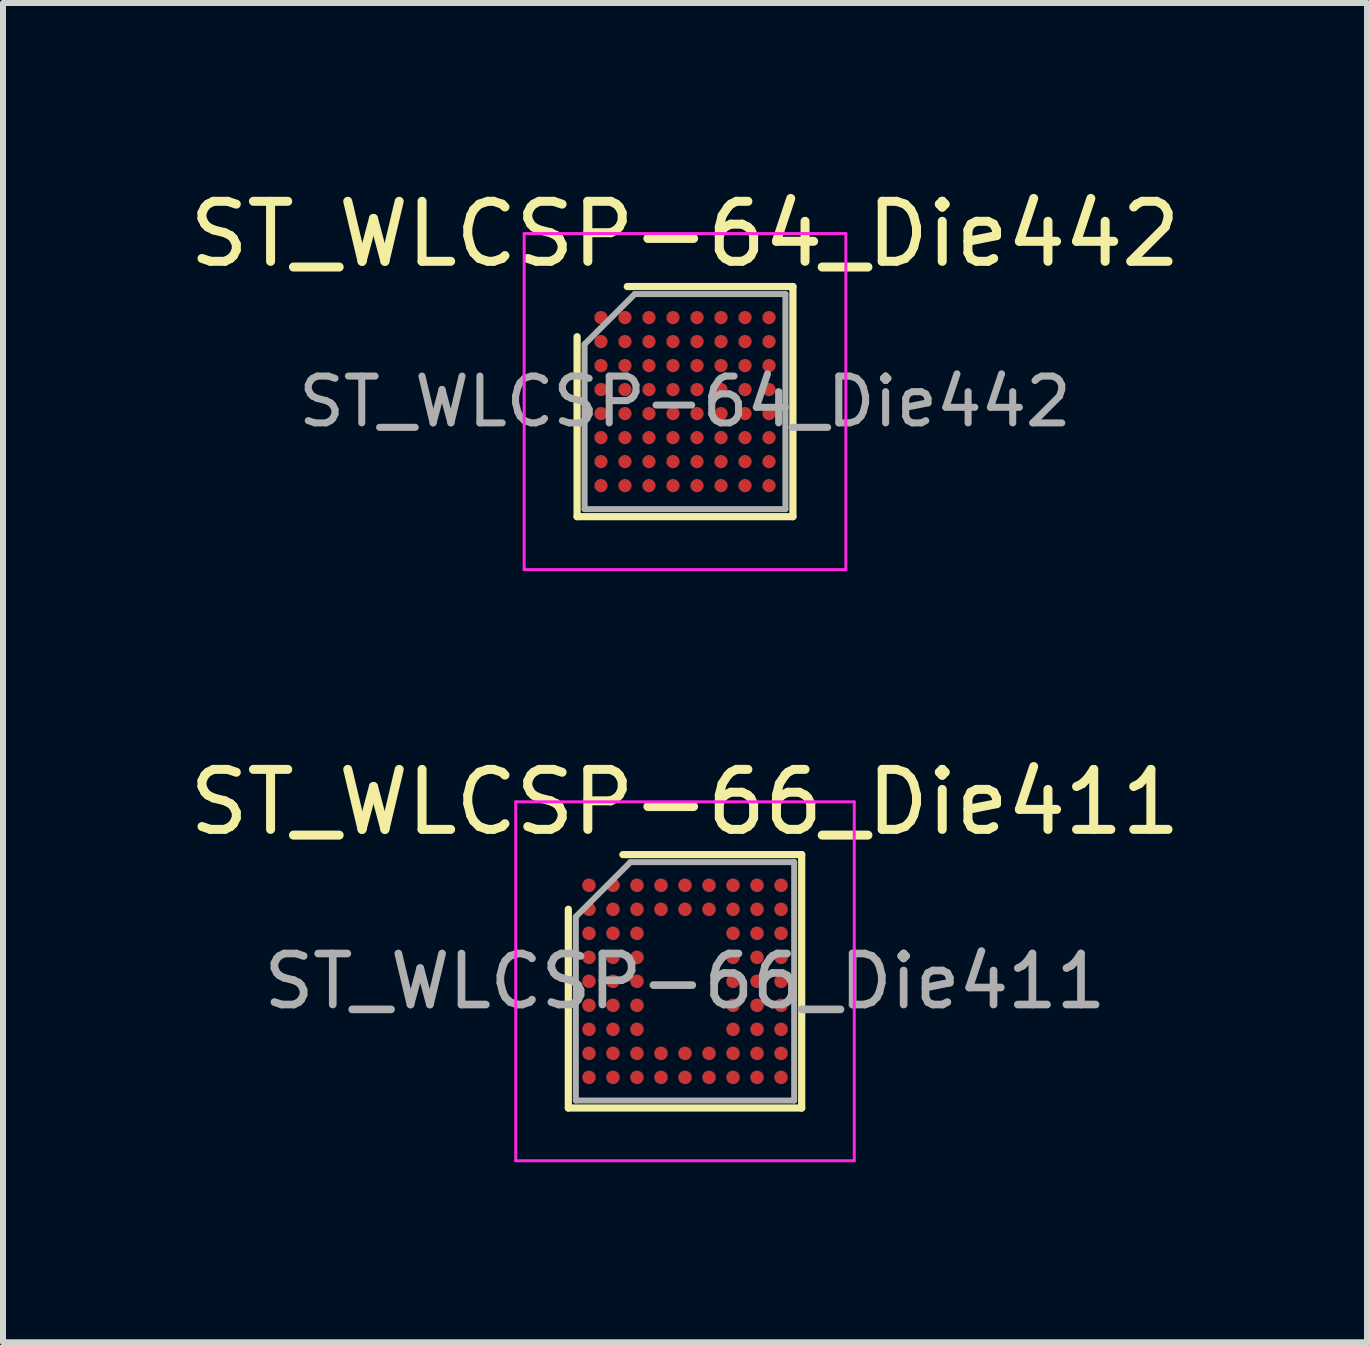
<source format=kicad_pcb>
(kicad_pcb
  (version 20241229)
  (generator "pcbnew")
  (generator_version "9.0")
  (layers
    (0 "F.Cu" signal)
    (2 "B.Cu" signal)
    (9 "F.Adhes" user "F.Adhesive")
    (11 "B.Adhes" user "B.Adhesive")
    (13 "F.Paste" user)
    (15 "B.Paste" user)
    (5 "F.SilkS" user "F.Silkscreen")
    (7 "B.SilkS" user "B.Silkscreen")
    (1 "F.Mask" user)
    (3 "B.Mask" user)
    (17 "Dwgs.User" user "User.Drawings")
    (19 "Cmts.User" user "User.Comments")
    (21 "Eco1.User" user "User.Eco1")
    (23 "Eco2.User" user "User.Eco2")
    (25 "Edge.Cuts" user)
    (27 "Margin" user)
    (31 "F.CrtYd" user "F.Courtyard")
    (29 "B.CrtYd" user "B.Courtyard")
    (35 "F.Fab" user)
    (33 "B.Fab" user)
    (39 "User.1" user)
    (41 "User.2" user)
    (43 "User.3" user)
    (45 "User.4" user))
  (footprint "ST_WLCSP-66_Die411"
    (layer "F.Cu")
    (at 8.363 13.3)
    (property "Reference" "ST_WLCSP-66_Die411" (at 0 -2.986 0) (layer "F.SilkS") (effects (font (size 1 1) (thickness 0.15))))
    (attr smd)
    (fp_line (start -1.944 2.111) (end -1.944 -1.201) (stroke (width 0.12) (type solid)) (layer "F.SilkS"))
    (fp_line (start -1.035 -2.111) (end 1.944 -2.111) (stroke (width 0.12) (type solid)) (layer "F.SilkS"))
    (fp_line (start 1.944 -2.111) (end 1.944 2.111) (stroke (width 0.12) (type solid)) (layer "F.SilkS"))
    (fp_line (start 1.944 2.111) (end -1.944 2.111) (stroke (width 0.12) (type solid)) (layer "F.SilkS"))
    (fp_line (start -2.82 -2.99) (end -2.82 2.99) (stroke (width 0.05) (type solid)) (layer "F.CrtYd"))
    (fp_line (start -2.82 2.99) (end 2.82 2.99) (stroke (width 0.05) (type solid)) (layer "F.CrtYd"))
    (fp_line (start 2.82 -2.99) (end -2.82 -2.99) (stroke (width 0.05) (type solid)) (layer "F.CrtYd"))
    (fp_line (start 2.82 2.99) (end 2.82 -2.99) (stroke (width 0.05) (type solid)) (layer "F.CrtYd"))
    (fp_line (start -1.819 -1.076) (end -0.91 -1.986) (stroke (width 0.1) (type solid)) (layer "F.Fab"))
    (fp_line (start -1.819 1.986) (end -1.819 -1.076) (stroke (width 0.1) (type solid)) (layer "F.Fab"))
    (fp_line (start -0.91 -1.986) (end 1.819 -1.986) (stroke (width 0.1) (type solid)) (layer "F.Fab"))
    (fp_line (start 1.819 -1.986) (end 1.819 1.986) (stroke (width 0.1) (type solid)) (layer "F.Fab"))
    (fp_line (start 1.819 1.986) (end -1.819 1.986) (stroke (width 0.1) (type solid)) (layer "F.Fab"))
    (fp_text user "${REFERENCE}" (at 0 0 0) (layer "F.Fab") (effects (font (size 0.85 0.85) (thickness 0.128))))
    (pad "A1" smd circle (at -1.6 -1.6) (size 0.225 0.225) (layers "F.Cu" "F.Mask" "F.Paste"))
    (pad "A2" smd circle (at -1.2 -1.6) (size 0.225 0.225) (layers "F.Cu" "F.Mask" "F.Paste"))
    (pad "A3" smd circle (at -0.8 -1.6) (size 0.225 0.225) (layers "F.Cu" "F.Mask" "F.Paste"))
    (pad "A4" smd circle (at -0.4 -1.6) (size 0.225 0.225) (layers "F.Cu" "F.Mask" "F.Paste"))
    (pad "A5" smd circle (at 0 -1.6) (size 0.225 0.225) (layers "F.Cu" "F.Mask" "F.Paste"))
    (pad "A6" smd circle (at 0.4 -1.6) (size 0.225 0.225) (layers "F.Cu" "F.Mask" "F.Paste"))
    (pad "A7" smd circle (at 0.8 -1.6) (size 0.225 0.225) (layers "F.Cu" "F.Mask" "F.Paste"))
    (pad "A8" smd circle (at 1.2 -1.6) (size 0.225 0.225) (layers "F.Cu" "F.Mask" "F.Paste"))
    (pad "A9" smd circle (at 1.6 -1.6) (size 0.225 0.225) (layers "F.Cu" "F.Mask" "F.Paste"))
    (pad "B1" smd circle (at -1.6 -1.2) (size 0.225 0.225) (layers "F.Cu" "F.Mask" "F.Paste"))
    (pad "B2" smd circle (at -1.2 -1.2) (size 0.225 0.225) (layers "F.Cu" "F.Mask" "F.Paste"))
    (pad "B3" smd circle (at -0.8 -1.2) (size 0.225 0.225) (layers "F.Cu" "F.Mask" "F.Paste"))
    (pad "B4" smd circle (at -0.4 -1.2) (size 0.225 0.225) (layers "F.Cu" "F.Mask" "F.Paste"))
    (pad "B5" smd circle (at 0 -1.2) (size 0.225 0.225) (layers "F.Cu" "F.Mask" "F.Paste"))
    (pad "B6" smd circle (at 0.4 -1.2) (size 0.225 0.225) (layers "F.Cu" "F.Mask" "F.Paste"))
    (pad "B7" smd circle (at 0.8 -1.2) (size 0.225 0.225) (layers "F.Cu" "F.Mask" "F.Paste"))
    (pad "B8" smd circle (at 1.2 -1.2) (size 0.225 0.225) (layers "F.Cu" "F.Mask" "F.Paste"))
    (pad "B9" smd circle (at 1.6 -1.2) (size 0.225 0.225) (layers "F.Cu" "F.Mask" "F.Paste"))
    (pad "C1" smd circle (at -1.6 -0.8) (size 0.225 0.225) (layers "F.Cu" "F.Mask" "F.Paste"))
    (pad "C2" smd circle (at -1.2 -0.8) (size 0.225 0.225) (layers "F.Cu" "F.Mask" "F.Paste"))
    (pad "C3" smd circle (at -0.8 -0.8) (size 0.225 0.225) (layers "F.Cu" "F.Mask" "F.Paste"))
    (pad "C7" smd circle (at 0.8 -0.8) (size 0.225 0.225) (layers "F.Cu" "F.Mask" "F.Paste"))
    (pad "C8" smd circle (at 1.2 -0.8) (size 0.225 0.225) (layers "F.Cu" "F.Mask" "F.Paste"))
    (pad "C9" smd circle (at 1.6 -0.8) (size 0.225 0.225) (layers "F.Cu" "F.Mask" "F.Paste"))
    (pad "D1" smd circle (at -1.6 -0.4) (size 0.225 0.225) (layers "F.Cu" "F.Mask" "F.Paste"))
    (pad "D2" smd circle (at -1.2 -0.4) (size 0.225 0.225) (layers "F.Cu" "F.Mask" "F.Paste"))
    (pad "D3" smd circle (at -0.8 -0.4) (size 0.225 0.225) (layers "F.Cu" "F.Mask" "F.Paste"))
    (pad "D7" smd circle (at 0.8 -0.4) (size 0.225 0.225) (layers "F.Cu" "F.Mask" "F.Paste"))
    (pad "D8" smd circle (at 1.2 -0.4) (size 0.225 0.225) (layers "F.Cu" "F.Mask" "F.Paste"))
    (pad "D9" smd circle (at 1.6 -0.4) (size 0.225 0.225) (layers "F.Cu" "F.Mask" "F.Paste"))
    (pad "E1" smd circle (at -1.6 0) (size 0.225 0.225) (layers "F.Cu" "F.Mask" "F.Paste"))
    (pad "E2" smd circle (at -1.2 0) (size 0.225 0.225) (layers "F.Cu" "F.Mask" "F.Paste"))
    (pad "E3" smd circle (at -0.8 0) (size 0.225 0.225) (layers "F.Cu" "F.Mask" "F.Paste"))
    (pad "E7" smd circle (at 0.8 0) (size 0.225 0.225) (layers "F.Cu" "F.Mask" "F.Paste"))
    (pad "E8" smd circle (at 1.2 0) (size 0.225 0.225) (layers "F.Cu" "F.Mask" "F.Paste"))
    (pad "E9" smd circle (at 1.6 0) (size 0.225 0.225) (layers "F.Cu" "F.Mask" "F.Paste"))
    (pad "F1" smd circle (at -1.6 0.4) (size 0.225 0.225) (layers "F.Cu" "F.Mask" "F.Paste"))
    (pad "F2" smd circle (at -1.2 0.4) (size 0.225 0.225) (layers "F.Cu" "F.Mask" "F.Paste"))
    (pad "F3" smd circle (at -0.8 0.4) (size 0.225 0.225) (layers "F.Cu" "F.Mask" "F.Paste"))
    (pad "F7" smd circle (at 0.8 0.4) (size 0.225 0.225) (layers "F.Cu" "F.Mask" "F.Paste"))
    (pad "F8" smd circle (at 1.2 0.4) (size 0.225 0.225) (layers "F.Cu" "F.Mask" "F.Paste"))
    (pad "F9" smd circle (at 1.6 0.4) (size 0.225 0.225) (layers "F.Cu" "F.Mask" "F.Paste"))
    (pad "G1" smd circle (at -1.6 0.8) (size 0.225 0.225) (layers "F.Cu" "F.Mask" "F.Paste"))
    (pad "G2" smd circle (at -1.2 0.8) (size 0.225 0.225) (layers "F.Cu" "F.Mask" "F.Paste"))
    (pad "G3" smd circle (at -0.8 0.8) (size 0.225 0.225) (layers "F.Cu" "F.Mask" "F.Paste"))
    (pad "G7" smd circle (at 0.8 0.8) (size 0.225 0.225) (layers "F.Cu" "F.Mask" "F.Paste"))
    (pad "G8" smd circle (at 1.2 0.8) (size 0.225 0.225) (layers "F.Cu" "F.Mask" "F.Paste"))
    (pad "G9" smd circle (at 1.6 0.8) (size 0.225 0.225) (layers "F.Cu" "F.Mask" "F.Paste"))
    (pad "H1" smd circle (at -1.6 1.2) (size 0.225 0.225) (layers "F.Cu" "F.Mask" "F.Paste"))
    (pad "H2" smd circle (at -1.2 1.2) (size 0.225 0.225) (layers "F.Cu" "F.Mask" "F.Paste"))
    (pad "H3" smd circle (at -0.8 1.2) (size 0.225 0.225) (layers "F.Cu" "F.Mask" "F.Paste"))
    (pad "H4" smd circle (at -0.4 1.2) (size 0.225 0.225) (layers "F.Cu" "F.Mask" "F.Paste"))
    (pad "H5" smd circle (at 0 1.2) (size 0.225 0.225) (layers "F.Cu" "F.Mask" "F.Paste"))
    (pad "H6" smd circle (at 0.4 1.2) (size 0.225 0.225) (layers "F.Cu" "F.Mask" "F.Paste"))
    (pad "H7" smd circle (at 0.8 1.2) (size 0.225 0.225) (layers "F.Cu" "F.Mask" "F.Paste"))
    (pad "H8" smd circle (at 1.2 1.2) (size 0.225 0.225) (layers "F.Cu" "F.Mask" "F.Paste"))
    (pad "H9" smd circle (at 1.6 1.2) (size 0.225 0.225) (layers "F.Cu" "F.Mask" "F.Paste"))
    (pad "J1" smd circle (at -1.6 1.6) (size 0.225 0.225) (layers "F.Cu" "F.Mask" "F.Paste"))
    (pad "J2" smd circle (at -1.2 1.6) (size 0.225 0.225) (layers "F.Cu" "F.Mask" "F.Paste"))
    (pad "J3" smd circle (at -0.8 1.6) (size 0.225 0.225) (layers "F.Cu" "F.Mask" "F.Paste"))
    (pad "J4" smd circle (at -0.4 1.6) (size 0.225 0.225) (layers "F.Cu" "F.Mask" "F.Paste"))
    (pad "J5" smd circle (at 0 1.6) (size 0.225 0.225) (layers "F.Cu" "F.Mask" "F.Paste"))
    (pad "J6" smd circle (at 0.4 1.6) (size 0.225 0.225) (layers "F.Cu" "F.Mask" "F.Paste"))
    (pad "J7" smd circle (at 0.8 1.6) (size 0.225 0.225) (layers "F.Cu" "F.Mask" "F.Paste"))
    (pad "J8" smd circle (at 1.2 1.6) (size 0.225 0.225) (layers "F.Cu" "F.Mask" "F.Paste"))
    (pad "J9" smd circle (at 1.6 1.6) (size 0.225 0.225) (layers "F.Cu" "F.Mask" "F.Paste")))
  (footprint "ST_WLCSP-64_Die442"
    (layer "F.Cu")
    (at 8.363 3.641)
    (property "Reference" "ST_WLCSP-64_Die442" (at 0 -2.792 0) (layer "F.SilkS") (effects (font (size 1 1) (thickness 0.15))))
    (attr smd)
    (fp_line (start -1.798 1.917) (end -1.798 -1.081) (stroke (width 0.12) (type solid)) (layer "F.SilkS"))
    (fp_line (start -0.962 -1.917) (end 1.798 -1.917) (stroke (width 0.12) (type solid)) (layer "F.SilkS"))
    (fp_line (start 1.798 -1.917) (end 1.798 1.917) (stroke (width 0.12) (type solid)) (layer "F.SilkS"))
    (fp_line (start 1.798 1.917) (end -1.798 1.917) (stroke (width 0.12) (type solid)) (layer "F.SilkS"))
    (fp_line (start -2.68 -2.8) (end -2.68 2.8) (stroke (width 0.05) (type solid)) (layer "F.CrtYd"))
    (fp_line (start -2.68 2.8) (end 2.68 2.8) (stroke (width 0.05) (type solid)) (layer "F.CrtYd"))
    (fp_line (start 2.68 -2.8) (end -2.68 -2.8) (stroke (width 0.05) (type solid)) (layer "F.CrtYd"))
    (fp_line (start 2.68 2.8) (end 2.68 -2.8) (stroke (width 0.05) (type solid)) (layer "F.CrtYd"))
    (fp_line (start -1.673 -0.956) (end -0.837 -1.792) (stroke (width 0.1) (type solid)) (layer "F.Fab"))
    (fp_line (start -1.673 1.792) (end -1.673 -0.956) (stroke (width 0.1) (type solid)) (layer "F.Fab"))
    (fp_line (start -0.837 -1.792) (end 1.673 -1.792) (stroke (width 0.1) (type solid)) (layer "F.Fab"))
    (fp_line (start 1.673 -1.792) (end 1.673 1.792) (stroke (width 0.1) (type solid)) (layer "F.Fab"))
    (fp_line (start 1.673 1.792) (end -1.673 1.792) (stroke (width 0.1) (type solid)) (layer "F.Fab"))
    (fp_text user "${REFERENCE}" (at 0 0 0) (layer "F.Fab") (effects (font (size 0.78 0.78) (thickness 0.117))))
    (pad "A1" smd circle (at -1.4 -1.4) (size 0.22 0.22) (layers "F.Cu" "F.Mask" "F.Paste"))
    (pad "A2" smd circle (at -1 -1.4) (size 0.22 0.22) (layers "F.Cu" "F.Mask" "F.Paste"))
    (pad "A3" smd circle (at -0.6 -1.4) (size 0.22 0.22) (layers "F.Cu" "F.Mask" "F.Paste"))
    (pad "A4" smd circle (at -0.2 -1.4) (size 0.22 0.22) (layers "F.Cu" "F.Mask" "F.Paste"))
    (pad "A5" smd circle (at 0.2 -1.4) (size 0.22 0.22) (layers "F.Cu" "F.Mask" "F.Paste"))
    (pad "A6" smd circle (at 0.6 -1.4) (size 0.22 0.22) (layers "F.Cu" "F.Mask" "F.Paste"))
    (pad "A7" smd circle (at 1 -1.4) (size 0.22 0.22) (layers "F.Cu" "F.Mask" "F.Paste"))
    (pad "A8" smd circle (at 1.4 -1.4) (size 0.22 0.22) (layers "F.Cu" "F.Mask" "F.Paste"))
    (pad "B1" smd circle (at -1.4 -1) (size 0.22 0.22) (layers "F.Cu" "F.Mask" "F.Paste"))
    (pad "B2" smd circle (at -1 -1) (size 0.22 0.22) (layers "F.Cu" "F.Mask" "F.Paste"))
    (pad "B3" smd circle (at -0.6 -1) (size 0.22 0.22) (layers "F.Cu" "F.Mask" "F.Paste"))
    (pad "B4" smd circle (at -0.2 -1) (size 0.22 0.22) (layers "F.Cu" "F.Mask" "F.Paste"))
    (pad "B5" smd circle (at 0.2 -1) (size 0.22 0.22) (layers "F.Cu" "F.Mask" "F.Paste"))
    (pad "B6" smd circle (at 0.6 -1) (size 0.22 0.22) (layers "F.Cu" "F.Mask" "F.Paste"))
    (pad "B7" smd circle (at 1 -1) (size 0.22 0.22) (layers "F.Cu" "F.Mask" "F.Paste"))
    (pad "B8" smd circle (at 1.4 -1) (size 0.22 0.22) (layers "F.Cu" "F.Mask" "F.Paste"))
    (pad "C1" smd circle (at -1.4 -0.6) (size 0.22 0.22) (layers "F.Cu" "F.Mask" "F.Paste"))
    (pad "C2" smd circle (at -1 -0.6) (size 0.22 0.22) (layers "F.Cu" "F.Mask" "F.Paste"))
    (pad "C3" smd circle (at -0.6 -0.6) (size 0.22 0.22) (layers "F.Cu" "F.Mask" "F.Paste"))
    (pad "C4" smd circle (at -0.2 -0.6) (size 0.22 0.22) (layers "F.Cu" "F.Mask" "F.Paste"))
    (pad "C5" smd circle (at 0.2 -0.6) (size 0.22 0.22) (layers "F.Cu" "F.Mask" "F.Paste"))
    (pad "C6" smd circle (at 0.6 -0.6) (size 0.22 0.22) (layers "F.Cu" "F.Mask" "F.Paste"))
    (pad "C7" smd circle (at 1 -0.6) (size 0.22 0.22) (layers "F.Cu" "F.Mask" "F.Paste"))
    (pad "C8" smd circle (at 1.4 -0.6) (size 0.22 0.22) (layers "F.Cu" "F.Mask" "F.Paste"))
    (pad "D1" smd circle (at -1.4 -0.2) (size 0.22 0.22) (layers "F.Cu" "F.Mask" "F.Paste"))
    (pad "D2" smd circle (at -1 -0.2) (size 0.22 0.22) (layers "F.Cu" "F.Mask" "F.Paste"))
    (pad "D3" smd circle (at -0.6 -0.2) (size 0.22 0.22) (layers "F.Cu" "F.Mask" "F.Paste"))
    (pad "D4" smd circle (at -0.2 -0.2) (size 0.22 0.22) (layers "F.Cu" "F.Mask" "F.Paste"))
    (pad "D5" smd circle (at 0.2 -0.2) (size 0.22 0.22) (layers "F.Cu" "F.Mask" "F.Paste"))
    (pad "D6" smd circle (at 0.6 -0.2) (size 0.22 0.22) (layers "F.Cu" "F.Mask" "F.Paste"))
    (pad "D7" smd circle (at 1 -0.2) (size 0.22 0.22) (layers "F.Cu" "F.Mask" "F.Paste"))
    (pad "D8" smd circle (at 1.4 -0.2) (size 0.22 0.22) (layers "F.Cu" "F.Mask" "F.Paste"))
    (pad "E1" smd circle (at -1.4 0.2) (size 0.22 0.22) (layers "F.Cu" "F.Mask" "F.Paste"))
    (pad "E2" smd circle (at -1 0.2) (size 0.22 0.22) (layers "F.Cu" "F.Mask" "F.Paste"))
    (pad "E3" smd circle (at -0.6 0.2) (size 0.22 0.22) (layers "F.Cu" "F.Mask" "F.Paste"))
    (pad "E4" smd circle (at -0.2 0.2) (size 0.22 0.22) (layers "F.Cu" "F.Mask" "F.Paste"))
    (pad "E5" smd circle (at 0.2 0.2) (size 0.22 0.22) (layers "F.Cu" "F.Mask" "F.Paste"))
    (pad "E6" smd circle (at 0.6 0.2) (size 0.22 0.22) (layers "F.Cu" "F.Mask" "F.Paste"))
    (pad "E7" smd circle (at 1 0.2) (size 0.22 0.22) (layers "F.Cu" "F.Mask" "F.Paste"))
    (pad "E8" smd circle (at 1.4 0.2) (size 0.22 0.22) (layers "F.Cu" "F.Mask" "F.Paste"))
    (pad "F1" smd circle (at -1.4 0.6) (size 0.22 0.22) (layers "F.Cu" "F.Mask" "F.Paste"))
    (pad "F2" smd circle (at -1 0.6) (size 0.22 0.22) (layers "F.Cu" "F.Mask" "F.Paste"))
    (pad "F3" smd circle (at -0.6 0.6) (size 0.22 0.22) (layers "F.Cu" "F.Mask" "F.Paste"))
    (pad "F4" smd circle (at -0.2 0.6) (size 0.22 0.22) (layers "F.Cu" "F.Mask" "F.Paste"))
    (pad "F5" smd circle (at 0.2 0.6) (size 0.22 0.22) (layers "F.Cu" "F.Mask" "F.Paste"))
    (pad "F6" smd circle (at 0.6 0.6) (size 0.22 0.22) (layers "F.Cu" "F.Mask" "F.Paste"))
    (pad "F7" smd circle (at 1 0.6) (size 0.22 0.22) (layers "F.Cu" "F.Mask" "F.Paste"))
    (pad "F8" smd circle (at 1.4 0.6) (size 0.22 0.22) (layers "F.Cu" "F.Mask" "F.Paste"))
    (pad "G1" smd circle (at -1.4 1) (size 0.22 0.22) (layers "F.Cu" "F.Mask" "F.Paste"))
    (pad "G2" smd circle (at -1 1) (size 0.22 0.22) (layers "F.Cu" "F.Mask" "F.Paste"))
    (pad "G3" smd circle (at -0.6 1) (size 0.22 0.22) (layers "F.Cu" "F.Mask" "F.Paste"))
    (pad "G4" smd circle (at -0.2 1) (size 0.22 0.22) (layers "F.Cu" "F.Mask" "F.Paste"))
    (pad "G5" smd circle (at 0.2 1) (size 0.22 0.22) (layers "F.Cu" "F.Mask" "F.Paste"))
    (pad "G6" smd circle (at 0.6 1) (size 0.22 0.22) (layers "F.Cu" "F.Mask" "F.Paste"))
    (pad "G7" smd circle (at 1 1) (size 0.22 0.22) (layers "F.Cu" "F.Mask" "F.Paste"))
    (pad "G8" smd circle (at 1.4 1) (size 0.22 0.22) (layers "F.Cu" "F.Mask" "F.Paste"))
    (pad "H1" smd circle (at -1.4 1.4) (size 0.22 0.22) (layers "F.Cu" "F.Mask" "F.Paste"))
    (pad "H2" smd circle (at -1 1.4) (size 0.22 0.22) (layers "F.Cu" "F.Mask" "F.Paste"))
    (pad "H3" smd circle (at -0.6 1.4) (size 0.22 0.22) (layers "F.Cu" "F.Mask" "F.Paste"))
    (pad "H4" smd circle (at -0.2 1.4) (size 0.22 0.22) (layers "F.Cu" "F.Mask" "F.Paste"))
    (pad "H5" smd circle (at 0.2 1.4) (size 0.22 0.22) (layers "F.Cu" "F.Mask" "F.Paste"))
    (pad "H6" smd circle (at 0.6 1.4) (size 0.22 0.22) (layers "F.Cu" "F.Mask" "F.Paste"))
    (pad "H7" smd circle (at 1 1.4) (size 0.22 0.22) (layers "F.Cu" "F.Mask" "F.Paste"))
    (pad "H8" smd circle (at 1.4 1.4) (size 0.22 0.22) (layers "F.Cu" "F.Mask" "F.Paste")))
  (gr_rect
    (start -3 -3)
    (end 19.726 19.314)
    (stroke (width 0.1) (type default))
    (fill no)
    (layer "Edge.Cuts")))
</source>
